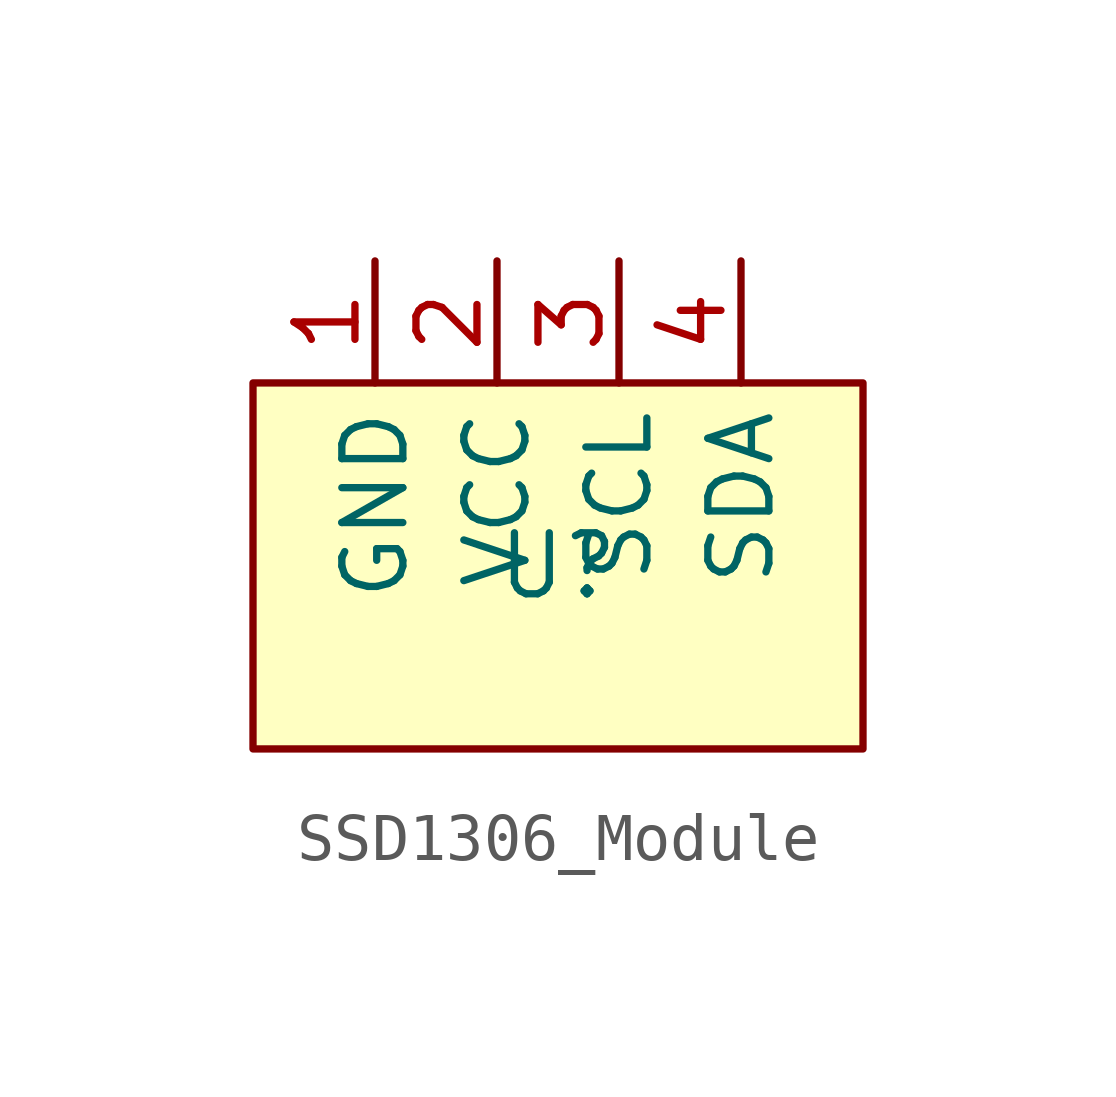
<source format=kicad_sym>
(kicad_symbol_lib
  (version 20241209)
  (generator "kicad_symbol_editor")
  (generator_version "9.0")
  (symbol "SSD1306_Module"
    (property "Reference" "U"
      (at 0 0 0)
      (effects (font (size 1.27 1.27))))
    (property "Value" ""
      (at 0 0 0)
      (effects (font (size 1.27 1.27))))
    (symbol "SSD1306_Module_1_1"
      (rectangle (start -6.35 3.81) (end 6.35 -3.81) (stroke (width 0) (type solid)) (fill (type color) (color 255 255 194 1)))
      (pin power_in line (at -3.81 6.35 270) (length 2.54) (name "GND" (effects (font (size 1.27 1.27)))) (number "1" (effects (font (size 1.27 1.27)))))
      (pin power_in line (at -1.27 6.35 270) (length 2.54) (name "VCC" (effects (font (size 1.27 1.27)))) (number "2" (effects (font (size 1.27 1.27)))))
      (pin bidirectional line (at 1.27 6.35 270) (length 2.54) (name "SCL" (effects (font (size 1.27 1.27)))) (number "3" (effects (font (size 1.27 1.27)))))
      (pin bidirectional line (at 3.81 6.35 270) (length 2.54) (name "SDA" (effects (font (size 1.27 1.27)))) (number "4" (effects (font (size 1.27 1.27))))))))
</source>
